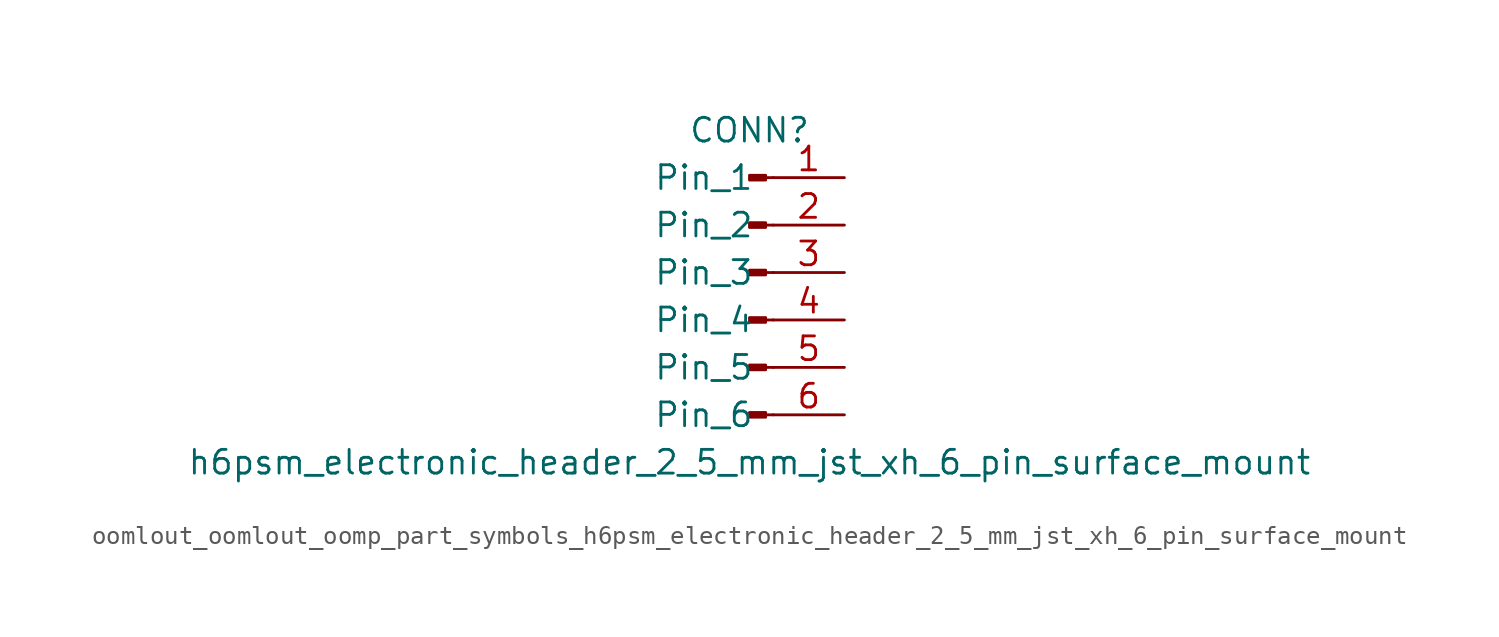
<source format=kicad_sym>
(kicad_symbol_lib
  (version 20220914)
  (generator kicad_symbol_editor)
  (symbol "oomlout_oomlout_oomp_part_symbols_h6psm_electronic_header_2_5_mm_jst_xh_6_pin_surface_mount"
    (pin_names
      (offset 1.016))
    (property "Reference" "CONN"
      (at 0 7.62 0)
      (effects (font (size 1.27 1.27))))
    (property "Value" "h6psm_electronic_header_2_5_mm_jst_xh_6_pin_surface_mount"
      (at 0 -10.16 0)
      (effects (font (size 1.27 1.27))))
    (property "ki_locked" ""
      (at 0 0 0)
      (effects (font (size 1.27 1.27))))
    (symbol "oomlout_oomlout_oomp_part_symbols_h6psm_electronic_header_2_5_mm_jst_xh_6_pin_surface_mount_1_1"
      (polyline (pts (xy 1.27 -7.62) (xy 0.864 -7.62)) (stroke (width 0.152) (type default)) (fill (type none)))
      (polyline (pts (xy 1.27 -5.08) (xy 0.864 -5.08)) (stroke (width 0.152) (type default)) (fill (type none)))
      (polyline (pts (xy 1.27 -2.54) (xy 0.864 -2.54)) (stroke (width 0.152) (type default)) (fill (type none)))
      (polyline (pts (xy 1.27 0) (xy 0.864 0)) (stroke (width 0.152) (type default)) (fill (type none)))
      (polyline (pts (xy 1.27 2.54) (xy 0.864 2.54)) (stroke (width 0.152) (type default)) (fill (type none)))
      (polyline (pts (xy 1.27 5.08) (xy 0.864 5.08)) (stroke (width 0.152) (type default)) (fill (type none)))
      (rectangle (start 0.864 -7.493) (end 0 -7.747) (stroke (width 0.152) (type default)) (fill (type outline)))
      (rectangle (start 0.864 -4.953) (end 0 -5.207) (stroke (width 0.152) (type default)) (fill (type outline)))
      (rectangle (start 0.864 -2.413) (end 0 -2.667) (stroke (width 0.152) (type default)) (fill (type outline)))
      (rectangle (start 0.864 0.127) (end 0 -0.127) (stroke (width 0.152) (type default)) (fill (type outline)))
      (rectangle (start 0.864 2.667) (end 0 2.413) (stroke (width 0.152) (type default)) (fill (type outline)))
      (rectangle (start 0.864 5.207) (end 0 4.953) (stroke (width 0.152) (type default)) (fill (type outline)))
      (pin passive line (at 5.08 5.08 180) (length 3.81) (name "Pin_1" (effects (font (size 1.27 1.27)))) (number "1" (effects (font (size 1.27 1.27)))))
      (pin passive line (at 5.08 2.54 180) (length 3.81) (name "Pin_2" (effects (font (size 1.27 1.27)))) (number "2" (effects (font (size 1.27 1.27)))))
      (pin passive line (at 5.08 0 180) (length 3.81) (name "Pin_3" (effects (font (size 1.27 1.27)))) (number "3" (effects (font (size 1.27 1.27)))))
      (pin passive line (at 5.08 -2.54 180) (length 3.81) (name "Pin_4" (effects (font (size 1.27 1.27)))) (number "4" (effects (font (size 1.27 1.27)))))
      (pin passive line (at 5.08 -5.08 180) (length 3.81) (name "Pin_5" (effects (font (size 1.27 1.27)))) (number "5" (effects (font (size 1.27 1.27)))))
      (pin passive line (at 5.08 -7.62 180) (length 3.81) (name "Pin_6" (effects (font (size 1.27 1.27)))) (number "6" (effects (font (size 1.27 1.27))))))))
</source>
